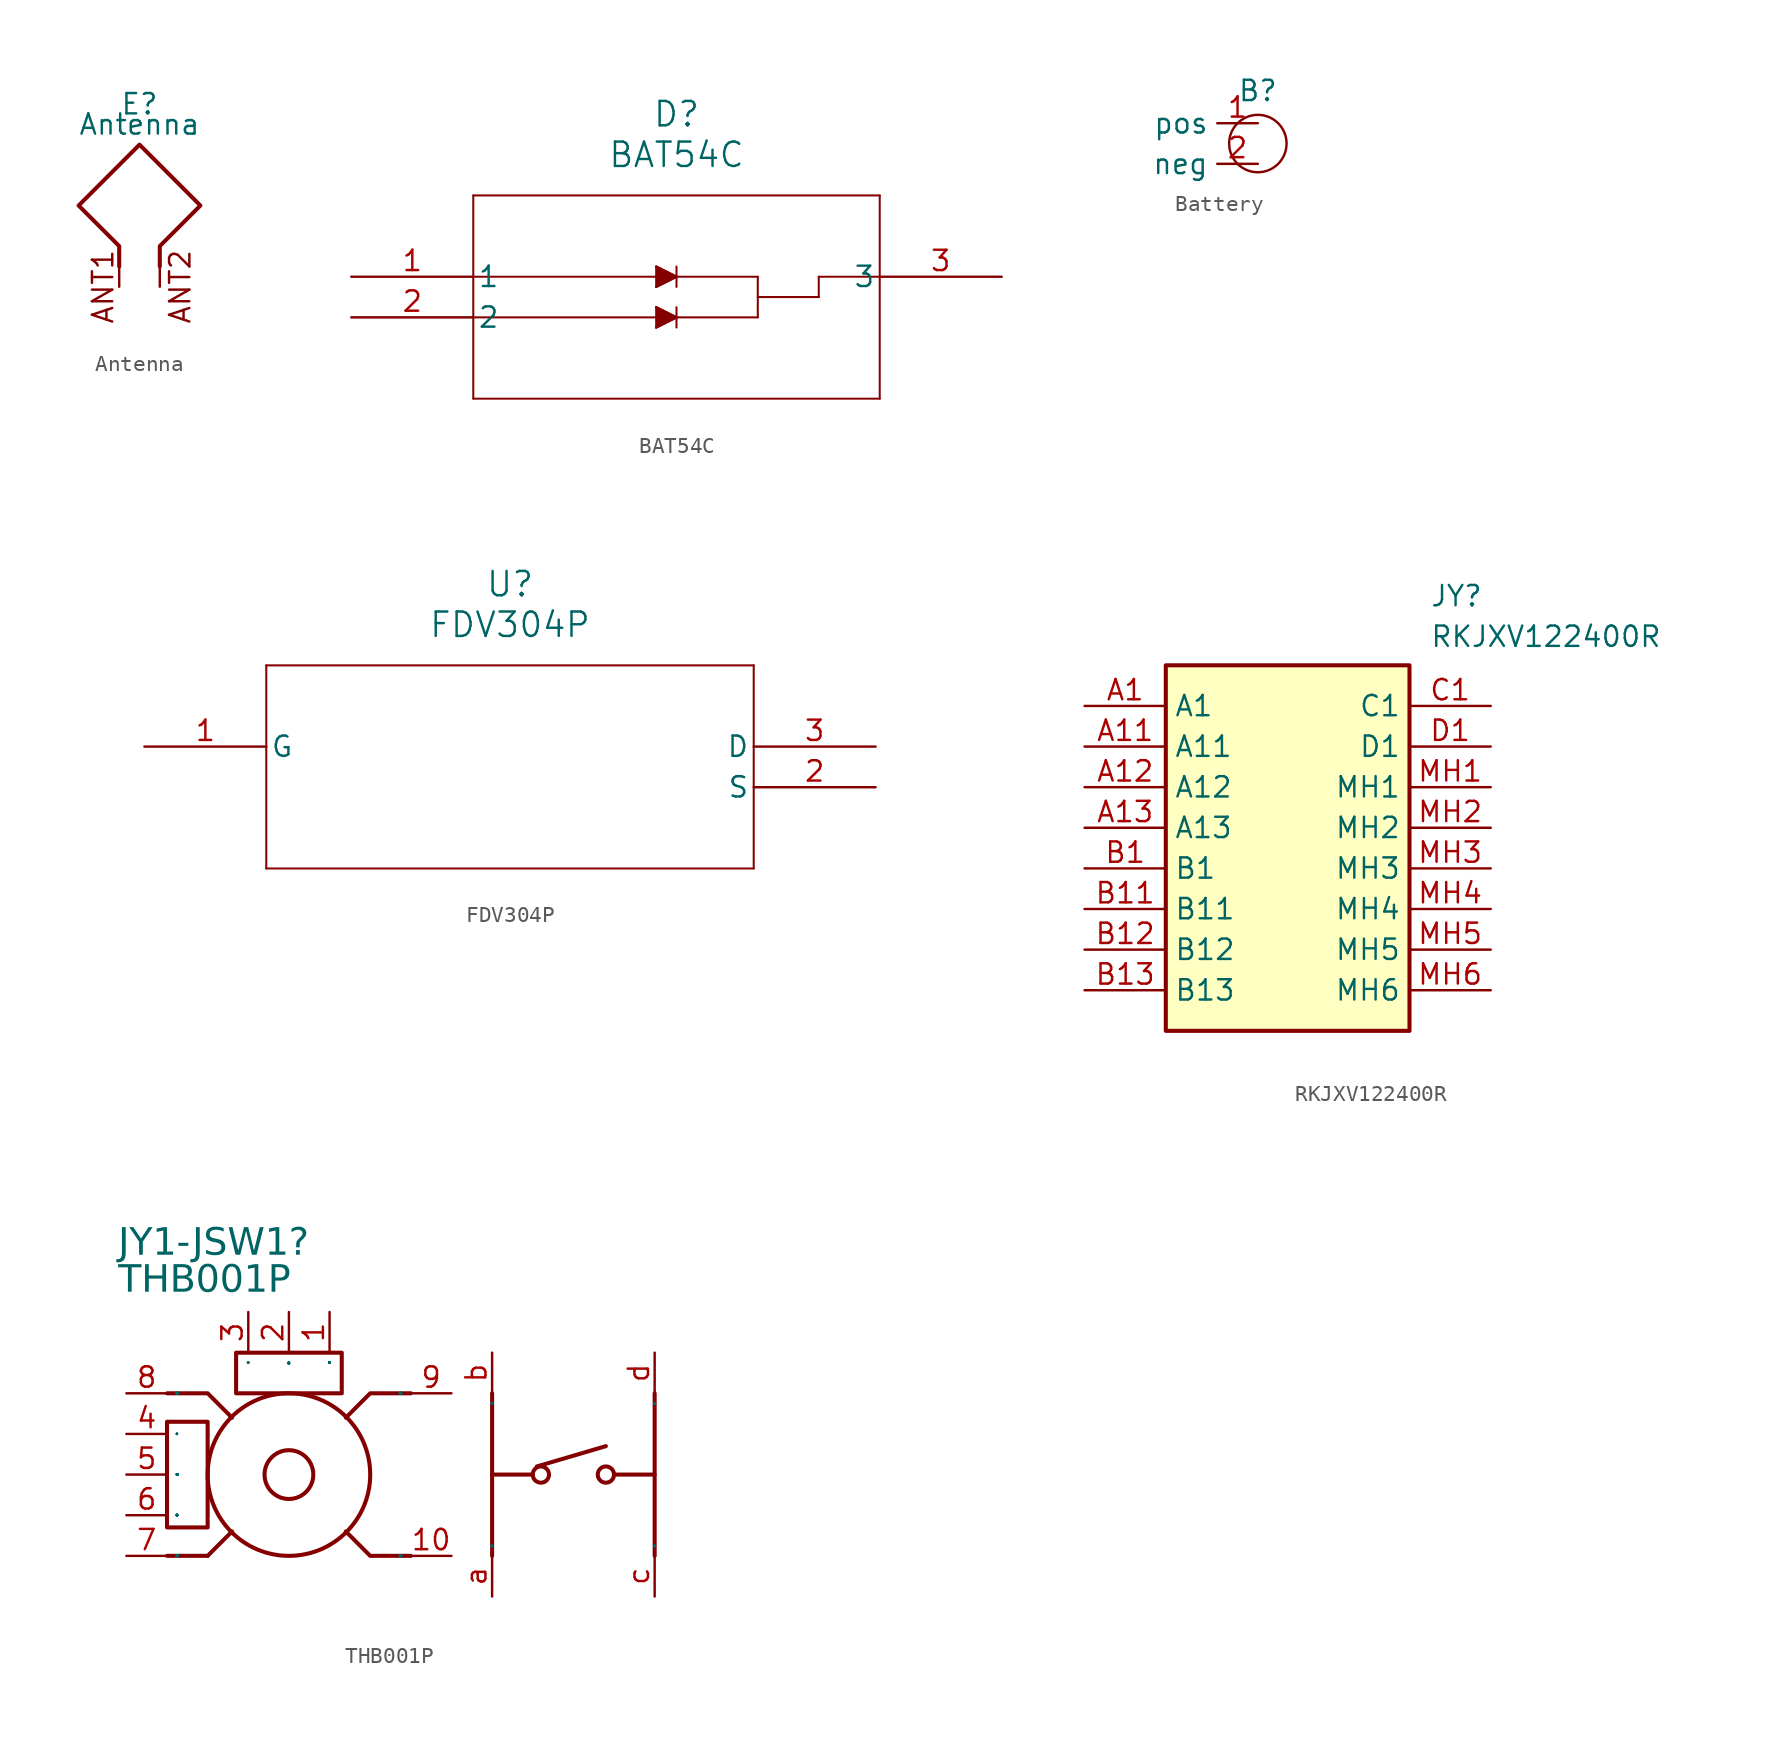
<source format=kicad_sym>
(kicad_symbol_lib
  (version 20241209)
  (generator "kicad_symbol_editor")
  (generator_version "9.0")
  (symbol "Antenna"
    (pin_numbers
      (hide yes))
    (pin_names
      (offset 1.016)
      (hide yes))
    (property "Reference" "E"
      (at 1.27 6.35 0)
      (effects (font (size 1.27 1.27))))
    (property "Value" "Antenna"
      (at 1.27 5.08 0)
      (effects (font (size 1.27 1.27))))
    (symbol "Antenna_0_1"
      (polyline (pts (xy 2.54 -3.81) (xy 2.54 -2.54) (xy 5.08 0) (xy 1.27 3.81) (xy -2.54 0) (xy 0 -2.54) (xy 0 -3.81)) (stroke (width 0.254) (type default)) (fill (type none))))
    (symbol "Antenna_1_1"
      (text "ANT1" (at -1.016 -5.08 900) (effects (font (size 1.27 1.27))))
      (text "ANT2" (at 3.81 -5.08 900) (effects (font (size 1.27 1.27))))
      (pin input line (at 0 -5.08 90) (length 2.54) (name "ANT1" (effects (font (size 1.27 1.27)))) (number "1" (effects (font (size 1.27 1.27)))))
      (pin input line (at 2.54 -5.08 90) (length 2.54) (name "ANT2" (effects (font (size 1.27 1.27)))) (number "2" (effects (font (size 1.27 1.27)))))))
  (symbol "BAT54C"
    (pin_names
      (offset 0.254))
    (property "Reference" "D"
      (at 20.32 10.16 0)
      (effects (font (size 1.524 1.524))))
    (property "Value" "BAT54C"
      (at 20.32 7.62 0)
      (effects (font (size 1.524 1.524))))
    (symbol "BAT54C_0_1"
      (polyline (pts (xy 7.62 5.08) (xy 7.62 -7.62)) (stroke (width 0.127) (type default)) (fill (type none)))
      (polyline (pts (xy 7.62 0) (xy 25.4 0)) (stroke (width 0.127) (type default)) (fill (type none)))
      (polyline (pts (xy 7.62 -7.62) (xy 33.02 -7.62)) (stroke (width 0.127) (type default)) (fill (type none)))
      (polyline (pts (xy 19.05 0.635) (xy 20.32 0) (xy 19.05 -0.635)) (stroke (width 0) (type default)) (fill (type outline)))
      (polyline (pts (xy 19.05 -0.635) (xy 19.05 0.635)) (stroke (width 0.127) (type default)) (fill (type none)))
      (polyline (pts (xy 19.05 -0.635) (xy 20.32 0)) (stroke (width 0.127) (type default)) (fill (type none)))
      (polyline (pts (xy 19.05 -1.905) (xy 19.05 -3.175)) (stroke (width 0.127) (type default)) (fill (type none)))
      (polyline (pts (xy 19.05 -1.905) (xy 20.32 -2.54) (xy 19.05 -3.175)) (stroke (width 0) (type default)) (fill (type outline)))
      (polyline (pts (xy 19.05 -3.175) (xy 20.32 -2.54)) (stroke (width 0.127) (type default)) (fill (type none)))
      (polyline (pts (xy 20.32 0.635) (xy 20.32 -0.635)) (stroke (width 0.127) (type default)) (fill (type none)))
      (polyline (pts (xy 20.32 0) (xy 19.05 0.635)) (stroke (width 0.127) (type default)) (fill (type none)))
      (polyline (pts (xy 20.32 -1.905) (xy 20.32 -3.175)) (stroke (width 0.127) (type default)) (fill (type none)))
      (polyline (pts (xy 20.32 -2.54) (xy 19.05 -1.905)) (stroke (width 0.127) (type default)) (fill (type none)))
      (polyline (pts (xy 25.4 0) (xy 25.4 -2.54)) (stroke (width 0.127) (type default)) (fill (type none)))
      (polyline (pts (xy 25.4 -1.27) (xy 29.21 -1.27)) (stroke (width 0.127) (type default)) (fill (type none)))
      (polyline (pts (xy 25.4 -2.54) (xy 7.62 -2.54)) (stroke (width 0.127) (type default)) (fill (type none)))
      (polyline (pts (xy 29.21 0) (xy 33.02 0)) (stroke (width 0.127) (type default)) (fill (type none)))
      (polyline (pts (xy 29.21 -1.27) (xy 29.21 0)) (stroke (width 0.127) (type default)) (fill (type none)))
      (polyline (pts (xy 33.02 5.08) (xy 7.62 5.08)) (stroke (width 0.127) (type default)) (fill (type none)))
      (polyline (pts (xy 33.02 -7.62) (xy 33.02 5.08)) (stroke (width 0.127) (type default)) (fill (type none)))
      (pin unspecified line (at 0 0 0) (length 7.62) (name "1" (effects (font (size 1.27 1.27)))) (number "1" (effects (font (size 1.27 1.27)))))
      (pin unspecified line (at 0 -2.54 0) (length 7.62) (name "2" (effects (font (size 1.27 1.27)))) (number "2" (effects (font (size 1.27 1.27)))))
      (pin unspecified line (at 40.64 0 180) (length 7.62) (name "3" (effects (font (size 1.27 1.27)))) (number "3" (effects (font (size 1.27 1.27)))))))
  (symbol "Battery"
    (property "Reference" "B"
      (at 0 3.302 0)
      (effects (font (size 1.27 1.27))))
    (property "Value" ""
      (at 0 0 0)
      (effects (font (size 1.27 1.27))))
    (symbol "Battery_0_1"
      (circle (center 0 0) (radius 1.796) (stroke (width 0) (type default)) (fill (type none))))
    (symbol "Battery_1_1"
      (pin power_out line (at 0 1.27 180) (length 2.54) (name "pos" (effects (font (size 1.27 1.27)))) (number "1" (effects (font (size 1.27 1.27)))))
      (pin input line (at 0 -1.27 180) (length 2.54) (name "neg" (effects (font (size 1.27 1.27)))) (number "2" (effects (font (size 1.27 1.27)))))))
  (symbol "FDV304P"
    (pin_names
      (offset 0.254))
    (property "Reference" "U"
      (at 22.86 10.16 0)
      (effects (font (size 1.524 1.524))))
    (property "Value" "FDV304P"
      (at 22.86 7.62 0)
      (effects (font (size 1.524 1.524))))
    (symbol "FDV304P_0_1"
      (polyline (pts (xy 7.62 5.08) (xy 7.62 -7.62)) (stroke (width 0.127) (type default)) (fill (type none)))
      (polyline (pts (xy 7.62 -7.62) (xy 38.1 -7.62)) (stroke (width 0.127) (type default)) (fill (type none)))
      (polyline (pts (xy 38.1 5.08) (xy 7.62 5.08)) (stroke (width 0.127) (type default)) (fill (type none)))
      (polyline (pts (xy 38.1 -7.62) (xy 38.1 5.08)) (stroke (width 0.127) (type default)) (fill (type none)))
      (pin unspecified line (at 0 0 0) (length 7.62) (name "G" (effects (font (size 1.27 1.27)))) (number "1" (effects (font (size 1.27 1.27)))))
      (pin unspecified line (at 45.72 0 180) (length 7.62) (name "D" (effects (font (size 1.27 1.27)))) (number "3" (effects (font (size 1.27 1.27)))))
      (pin unspecified line (at 45.72 -2.54 180) (length 7.62) (name "S" (effects (font (size 1.27 1.27)))) (number "2" (effects (font (size 1.27 1.27)))))))
  (symbol "RKJXV122400R"
    (property "Reference" "JY"
      (at 21.59 7.62 0)
      (effects (font (size 1.27 1.27)) (justify left top)))
    (property "Value" "RKJXV122400R"
      (at 21.59 5.08 0)
      (effects (font (size 1.27 1.27)) (justify left top)))
    (symbol "RKJXV122400R_1_1"
      (rectangle (start 5.08 2.54) (end 20.32 -20.32) (stroke (width 0.254) (type default)) (fill (type background)))
      (pin passive line (at 0 0 0) (length 5.08) (name "A1" (effects (font (size 1.27 1.27)))) (number "A1" (effects (font (size 1.27 1.27)))))
      (pin passive line (at 0 -2.54 0) (length 5.08) (name "A11" (effects (font (size 1.27 1.27)))) (number "A11" (effects (font (size 1.27 1.27)))))
      (pin passive line (at 0 -5.08 0) (length 5.08) (name "A12" (effects (font (size 1.27 1.27)))) (number "A12" (effects (font (size 1.27 1.27)))))
      (pin passive line (at 0 -7.62 0) (length 5.08) (name "A13" (effects (font (size 1.27 1.27)))) (number "A13" (effects (font (size 1.27 1.27)))))
      (pin passive line (at 0 -10.16 0) (length 5.08) (name "B1" (effects (font (size 1.27 1.27)))) (number "B1" (effects (font (size 1.27 1.27)))))
      (pin passive line (at 0 -12.7 0) (length 5.08) (name "B11" (effects (font (size 1.27 1.27)))) (number "B11" (effects (font (size 1.27 1.27)))))
      (pin passive line (at 0 -15.24 0) (length 5.08) (name "B12" (effects (font (size 1.27 1.27)))) (number "B12" (effects (font (size 1.27 1.27)))))
      (pin passive line (at 0 -17.78 0) (length 5.08) (name "B13" (effects (font (size 1.27 1.27)))) (number "B13" (effects (font (size 1.27 1.27)))))
      (pin passive line (at 25.4 0 180) (length 5.08) (name "C1" (effects (font (size 1.27 1.27)))) (number "C1" (effects (font (size 1.27 1.27)))))
      (pin passive line (at 25.4 -2.54 180) (length 5.08) (name "D1" (effects (font (size 1.27 1.27)))) (number "D1" (effects (font (size 1.27 1.27)))))
      (pin passive line (at 25.4 -5.08 180) (length 5.08) (name "MH1" (effects (font (size 1.27 1.27)))) (number "MH1" (effects (font (size 1.27 1.27)))))
      (pin passive line (at 25.4 -7.62 180) (length 5.08) (name "MH2" (effects (font (size 1.27 1.27)))) (number "MH2" (effects (font (size 1.27 1.27)))))
      (pin passive line (at 25.4 -10.16 180) (length 5.08) (name "MH3" (effects (font (size 1.27 1.27)))) (number "MH3" (effects (font (size 1.27 1.27)))))
      (pin passive line (at 25.4 -12.7 180) (length 5.08) (name "MH4" (effects (font (size 1.27 1.27)))) (number "MH4" (effects (font (size 1.27 1.27)))))
      (pin passive line (at 25.4 -15.24 180) (length 5.08) (name "MH5" (effects (font (size 1.27 1.27)))) (number "MH5" (effects (font (size 1.27 1.27)))))
      (pin passive line (at 25.4 -17.78 180) (length 5.08) (name "MH6" (effects (font (size 1.27 1.27)))) (number "MH6" (effects (font (size 1.27 1.27)))))))
  (symbol "THB001P"
    (property "Reference" "JY1-JSW1"
      (at -23.368 15.431 0)
      (effects (font (face "Arial") (size 1.689 1.689)) (justify left top)))
    (property "Value" "THB001P"
      (at -23.368 13.119 0)
      (effects (font (face "Arial") (size 1.689 1.689)) (justify left top)))
    (symbol "THB001P_0_0"
      (polyline (pts (xy -20.32 5.08) (xy -17.78 5.08) (xy -16.256 3.556)) (stroke (width 0.254) (type solid)) (fill (type none)))
      (rectangle (start -20.32 3.302) (end -17.78 -3.302) (stroke (width 0.254) (type solid)) (fill (type none)))
      (polyline (pts (xy -17.78 -5.08) (xy -20.32 -5.08)) (stroke (width 0.254) (type solid)) (fill (type none)))
      (polyline (pts (xy -17.78 -5.08) (xy -16.256 -3.556)) (stroke (width 0.254) (type solid)) (fill (type none)))
      (rectangle (start -16.002 7.62) (end -9.398 5.08) (stroke (width 0.254) (type solid)) (fill (type none)))
      (circle (center -12.7 0) (radius 1.524) (stroke (width 0.254) (type solid)) (fill (type none)))
      (circle (center -12.7 0) (radius 5.08) (stroke (width 0.254) (type solid)) (fill (type none)))
      (polyline (pts (xy -5.08 5.08) (xy -7.62 5.08) (xy -9.144 3.556)) (stroke (width 0.254) (type solid)) (fill (type none)))
      (polyline (pts (xy -5.08 -5.08) (xy -7.62 -5.08) (xy -9.144 -3.556)) (stroke (width 0.254) (type solid)) (fill (type none)))
      (polyline (pts (xy 0 0) (xy 2.54 0)) (stroke (width 0.254) (type solid)) (fill (type none)))
      (polyline (pts (xy 0 -5.08) (xy 0 5.08)) (stroke (width 0.254) (type solid)) (fill (type none)))
      (polyline (pts (xy 2.794 0.508) (xy 7.112 1.778)) (stroke (width 0.254) (type solid)) (fill (type none)))
      (circle (center 3.048 0) (radius 0.508) (stroke (width 0.254) (type solid)) (fill (type none)))
      (circle (center 7.112 0) (radius 0.508) (stroke (width 0.254) (type solid)) (fill (type none)))
      (polyline (pts (xy 10.16 0) (xy 7.62 0)) (stroke (width 0.254) (type solid)) (fill (type none)))
      (polyline (pts (xy 10.16 -5.08) (xy 10.16 5.08)) (stroke (width 0.254) (type solid)) (fill (type none)))
      (pin unspecified line (at -22.86 5.08 0) (length 2.54) (name "GND" (effects (font (size 0.025 0.025)))) (number "8" (effects (font (size 1.27 1.27)))))
      (pin unspecified line (at -22.86 2.54 0) (length 2.54) (name "A" (effects (font (size 0.025 0.025)))) (number "4" (effects (font (size 1.27 1.27)))))
      (pin unspecified line (at -22.86 0 0) (length 2.54) (name "DTA" (effects (font (size 0.025 0.025)))) (number "5" (effects (font (size 1.27 1.27)))))
      (pin unspecified line (at -22.86 -2.54 0) (length 2.54) (name "B" (effects (font (size 0.025 0.025)))) (number "6" (effects (font (size 1.27 1.27)))))
      (pin unspecified line (at -22.86 -5.08 0) (length 2.54) (name "GND" (effects (font (size 0.025 0.025)))) (number "7" (effects (font (size 1.27 1.27)))))
      (pin unspecified line (at -15.24 10.16 270) (length 2.54) (name "A" (effects (font (size 0.025 0.025)))) (number "3" (effects (font (size 1.27 1.27)))))
      (pin unspecified line (at -12.7 10.16 270) (length 2.54) (name "DTA" (effects (font (size 0.025 0.025)))) (number "2" (effects (font (size 1.27 1.27)))))
      (pin unspecified line (at -10.16 10.16 270) (length 2.54) (name "B" (effects (font (size 0.025 0.025)))) (number "1" (effects (font (size 1.27 1.27)))))
      (pin unspecified line (at -2.54 5.08 180) (length 2.54) (name "GND" (effects (font (size 0.025 0.025)))) (number "9" (effects (font (size 1.27 1.27)))))
      (pin unspecified line (at -2.54 -5.08 180) (length 2.54) (name "GND" (effects (font (size 0.025 0.025)))) (number "10" (effects (font (size 1.27 1.27)))))
      (pin unspecified line (at 0 7.62 270) (length 2.54) (name "b" (effects (font (size 0.025 0.025)))) (number "b" (effects (font (size 1.27 1.27)))))
      (pin unspecified line (at 0 -7.62 90) (length 2.54) (name "a" (effects (font (size 0.025 0.025)))) (number "a" (effects (font (size 1.27 1.27)))))
      (pin unspecified line (at 10.16 7.62 270) (length 2.54) (name "d" (effects (font (size 0.025 0.025)))) (number "d" (effects (font (size 1.27 1.27)))))
      (pin unspecified line (at 10.16 -7.62 90) (length 2.54) (name "c" (effects (font (size 0.025 0.025)))) (number "c" (effects (font (size 1.27 1.27))))))))
</source>
